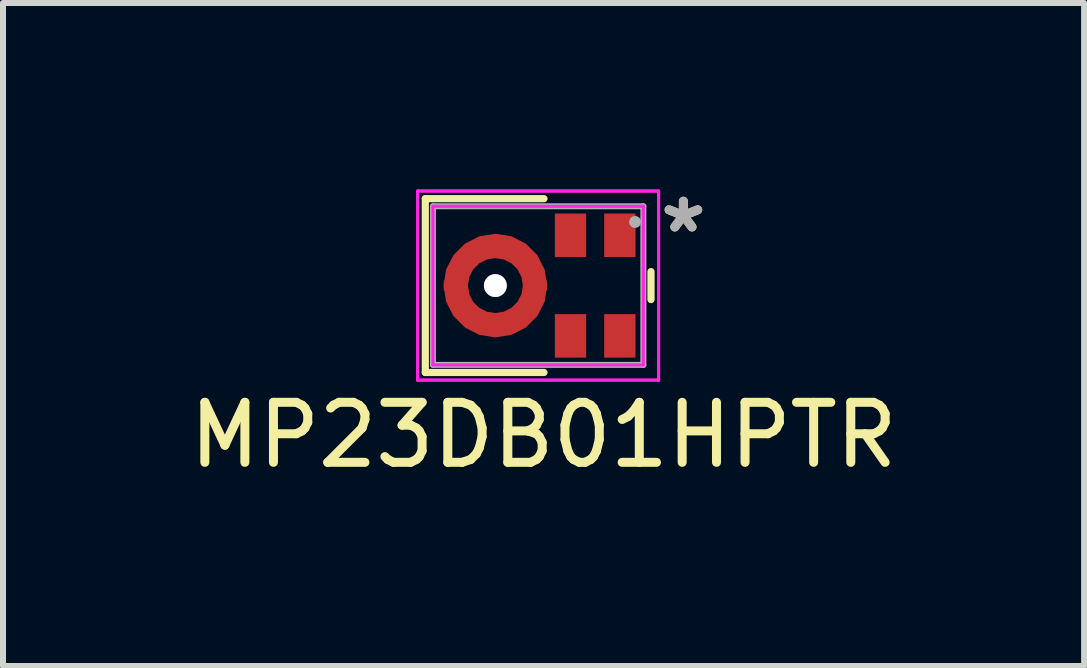
<source format=kicad_pcb>
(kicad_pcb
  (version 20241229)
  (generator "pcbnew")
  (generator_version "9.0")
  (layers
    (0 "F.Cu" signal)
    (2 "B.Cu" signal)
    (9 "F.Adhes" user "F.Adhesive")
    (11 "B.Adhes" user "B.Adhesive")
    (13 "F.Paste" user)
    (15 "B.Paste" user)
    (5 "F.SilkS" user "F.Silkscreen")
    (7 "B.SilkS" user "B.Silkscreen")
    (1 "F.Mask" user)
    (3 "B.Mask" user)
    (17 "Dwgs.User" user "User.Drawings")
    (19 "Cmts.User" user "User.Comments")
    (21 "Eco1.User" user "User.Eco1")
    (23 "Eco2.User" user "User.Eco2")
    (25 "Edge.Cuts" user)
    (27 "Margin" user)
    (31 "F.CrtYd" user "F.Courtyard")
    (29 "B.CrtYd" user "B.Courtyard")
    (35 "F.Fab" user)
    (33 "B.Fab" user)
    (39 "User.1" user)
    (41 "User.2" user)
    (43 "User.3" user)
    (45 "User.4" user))
  (footprint "MP23DB01HPTR"
    (layer "F.Cu")
    (at 5.916 1.708)
    (property "Reference" "MP23DB01HPTR" (at 0.09 2.49 0) (layer "F.SilkS") (effects (font (size 1 1) (thickness 0.15))))
    (attr through_hole)
    (fp_poly (pts (xy 0.097 -0.071) (xy 0.1 0) (xy 0.06 0.251) (xy -0.055 0.478) (xy -0.235 0.658) (xy -0.461 0.773) (xy -0.713 0.813) (xy -0.964 0.773) (xy -1.19 0.658) (xy -1.37 0.478) (xy -1.486 0.251) (xy -1.525 0) (xy -1.522 -0.071) (xy -1.219 -0.044) (xy -1.221 0) (xy -1.196 0.157) (xy -1.124 0.299) (xy -1.011 0.411) (xy -0.87 0.483) (xy -0.713 0.508) (xy -0.556 0.483) (xy -0.414 0.411) (xy -0.302 0.299) (xy -0.229 0.157) (xy -0.205 0) (xy -0.207 -0.044)) (stroke (width 0.1) (type solid)) (fill yes) (layer "F.Mask"))
    (fp_poly (pts (xy 0.097 0.071) (xy 0.1 0) (xy 0.06 -0.251) (xy -0.055 -0.478) (xy -0.235 -0.658) (xy -0.461 -0.773) (xy -0.713 -0.813) (xy -0.964 -0.773) (xy -1.19 -0.658) (xy -1.37 -0.478) (xy -1.486 -0.251) (xy -1.525 0) (xy -1.522 0.071) (xy -1.219 0.044) (xy -1.221 0) (xy -1.196 -0.157) (xy -1.124 -0.299) (xy -1.011 -0.411) (xy -0.87 -0.483) (xy -0.713 -0.508) (xy -0.556 -0.483) (xy -0.414 -0.411) (xy -0.302 -0.299) (xy -0.229 -0.157) (xy -0.205 0) (xy -0.207 0.044)) (stroke (width 0.1) (type solid)) (fill yes) (layer "F.Mask"))
    (fp_line (start -1.88 -1.448) (end -1.88 1.448) (stroke (width 0.12) (type solid)) (layer "F.SilkS"))
    (fp_line (start -1.88 1.448) (end 0.097 1.448) (stroke (width 0.12) (type solid)) (layer "F.SilkS"))
    (fp_line (start 0.097 -1.448) (end -1.88 -1.448) (stroke (width 0.12) (type solid)) (layer "F.SilkS"))
    (fp_line (start 1.88 0.233) (end 1.88 -0.233) (stroke (width 0.12) (type solid)) (layer "F.SilkS"))
    (fp_poly (pts (xy 0.097 -0.071) (xy 0.1 0) (xy 0.06 0.251) (xy -0.055 0.478) (xy -0.235 0.658) (xy -0.461 0.773) (xy -0.713 0.813) (xy -0.964 0.773) (xy -1.19 0.658) (xy -1.37 0.478) (xy -1.486 0.251) (xy -1.525 0) (xy -1.522 -0.071) (xy -1.219 -0.044) (xy -1.221 0) (xy -1.196 0.157) (xy -1.124 0.299) (xy -1.011 0.411) (xy -0.87 0.483) (xy -0.713 0.508) (xy -0.556 0.483) (xy -0.414 0.411) (xy -0.302 0.299) (xy -0.229 0.157) (xy -0.205 0) (xy -0.207 -0.044)) (stroke (width 0.1) (type solid)) (fill yes) (layer "F.Paste"))
    (fp_poly (pts (xy 0.097 0.071) (xy 0.1 0) (xy 0.06 -0.251) (xy -0.055 -0.478) (xy -0.235 -0.658) (xy -0.461 -0.773) (xy -0.713 -0.813) (xy -0.964 -0.773) (xy -1.19 -0.658) (xy -1.37 -0.478) (xy -1.486 -0.251) (xy -1.525 0) (xy -1.522 0.071) (xy -1.219 0.044) (xy -1.221 0) (xy -1.196 -0.157) (xy -1.124 -0.299) (xy -1.011 -0.411) (xy -0.87 -0.483) (xy -0.713 -0.508) (xy -0.556 -0.483) (xy -0.414 -0.411) (xy -0.302 -0.299) (xy -0.229 -0.157) (xy -0.205 0) (xy -0.207 0.044)) (stroke (width 0.1) (type solid)) (fill yes) (layer "F.Paste"))
    (fp_line (start -2.007 -1.575) (end 2.007 -1.575) (stroke (width 0.05) (type solid)) (layer "F.CrtYd"))
    (fp_line (start -2.007 -1.575) (end 2.007 -1.575) (stroke (width 0.05) (type solid)) (layer "F.CrtYd"))
    (fp_line (start -2.007 1.575) (end -2.007 -1.575) (stroke (width 0.05) (type solid)) (layer "F.CrtYd"))
    (fp_line (start -2.007 1.575) (end -2.007 -1.575) (stroke (width 0.05) (type solid)) (layer "F.CrtYd"))
    (fp_line (start -1.753 -1.321) (end 1.753 -1.321) (stroke (width 0.05) (type solid)) (layer "F.CrtYd"))
    (fp_line (start -1.753 1.321) (end -1.753 -1.321) (stroke (width 0.05) (type solid)) (layer "F.CrtYd"))
    (fp_line (start 1.753 -1.321) (end 1.753 1.321) (stroke (width 0.05) (type solid)) (layer "F.CrtYd"))
    (fp_line (start 1.753 1.321) (end -1.753 1.321) (stroke (width 0.05) (type solid)) (layer "F.CrtYd"))
    (fp_line (start 2.007 -1.575) (end 2.007 1.575) (stroke (width 0.05) (type solid)) (layer "F.CrtYd"))
    (fp_line (start 2.007 -1.575) (end 2.007 1.575) (stroke (width 0.05) (type solid)) (layer "F.CrtYd"))
    (fp_line (start 2.007 1.575) (end -2.007 1.575) (stroke (width 0.05) (type solid)) (layer "F.CrtYd"))
    (fp_line (start 2.007 1.575) (end -2.007 1.575) (stroke (width 0.05) (type solid)) (layer "F.CrtYd"))
    (fp_line (start -1.753 -1.321) (end -1.753 1.321) (stroke (width 0.1) (type solid)) (layer "F.Fab"))
    (fp_line (start -1.753 1.321) (end 1.753 1.321) (stroke (width 0.1) (type solid)) (layer "F.Fab"))
    (fp_line (start 1.753 -1.321) (end -1.753 -1.321) (stroke (width 0.1) (type solid)) (layer "F.Fab"))
    (fp_line (start 1.753 1.321) (end 1.753 -1.321) (stroke (width 0.1) (type solid)) (layer "F.Fab"))
    (fp_circle (center 1.615 -1.06) (end 1.615 -1.06) (stroke (width 0.1) (type solid)) (fill no) (layer "F.Fab"))
    (fp_text user "*" (at 2.42 -0.86 0) (layer "F.SilkS") (effects (font (size 1 1) (thickness 0.15))))
    (fp_text user "*" (at 2.42 -0.86 0) (layer "F.Fab") (effects (font (size 1 1) (thickness 0.15))))
    (pad "1" smd rect (at 1.361 -0.838 90) (size 0.725 0.522) (layers "F.Cu" "F.Mask" "F.Paste"))
    (pad "2" smd rect (at 0.539 -0.838 90) (size 0.725 0.522) (layers "F.Cu" "F.Mask" "F.Paste"))
    (pad "3" smd custom (at -1.373 0) (size 0.051 0.051) (layers "F.Cu" "F.Mask" "F.Paste") (options (anchor rect)) (primitives (gr_poly (pts (xy 1.47 0.071) (xy 1.473 0) (xy 1.433 -0.251) (xy 1.318 -0.478) (xy 1.138 -0.658) (xy 0.912 -0.773) (xy 0.66 -0.813) (xy 0.409 -0.773) (xy 0.183 -0.658) (xy 0.003 -0.478) (xy -0.113 -0.251) (xy -0.152 0) (xy -0.149 0.071) (xy 0.154 0.044) (xy 0.152 0) (xy 0.177 -0.157) (xy 0.249 -0.299) (xy 0.362 -0.411) (xy 0.503 -0.483) (xy 0.66 -0.508) (xy 0.817 -0.483) (xy 0.959 -0.411) (xy 1.071 -0.299) (xy 1.144 -0.157) (xy 1.168 0) (xy 1.166 0.044)) (width 0.1) (fill yes)) (gr_poly (pts (xy 1.47 -0.071) (xy 1.473 0) (xy 1.433 0.251) (xy 1.318 0.478) (xy 1.138 0.658) (xy 0.912 0.773) (xy 0.66 0.813) (xy 0.409 0.773) (xy 0.183 0.658) (xy 0.003 0.478) (xy -0.113 0.251) (xy -0.152 0) (xy -0.149 -0.071) (xy 0.154 -0.044) (xy 0.152 0) (xy 0.177 0.157) (xy 0.249 0.299) (xy 0.362 0.411) (xy 0.503 0.483) (xy 0.66 0.508) (xy 0.817 0.483) (xy 0.959 0.411) (xy 1.071 0.299) (xy 1.144 0.157) (xy 1.168 0) (xy 1.166 -0.044)) (width 0.1) (fill yes))))
    (pad "4" smd rect (at 0.539 0.838 90) (size 0.725 0.522) (layers "F.Cu" "F.Mask" "F.Paste"))
    (pad "5" smd rect (at 1.361 0.838 90) (size 0.725 0.522) (layers "F.Cu" "F.Mask" "F.Paste"))
    (pad "6" thru_hole circle (at -0.713 0) (size 0.381 0.381) (drill 0.381) (layers "*.Cu" "*.Mask")))
  (gr_rect
    (start -3 -3)
    (end 15.012 8.046)
    (stroke (width 0.1) (type default))
    (fill no)
    (layer "Edge.Cuts")))
</source>
